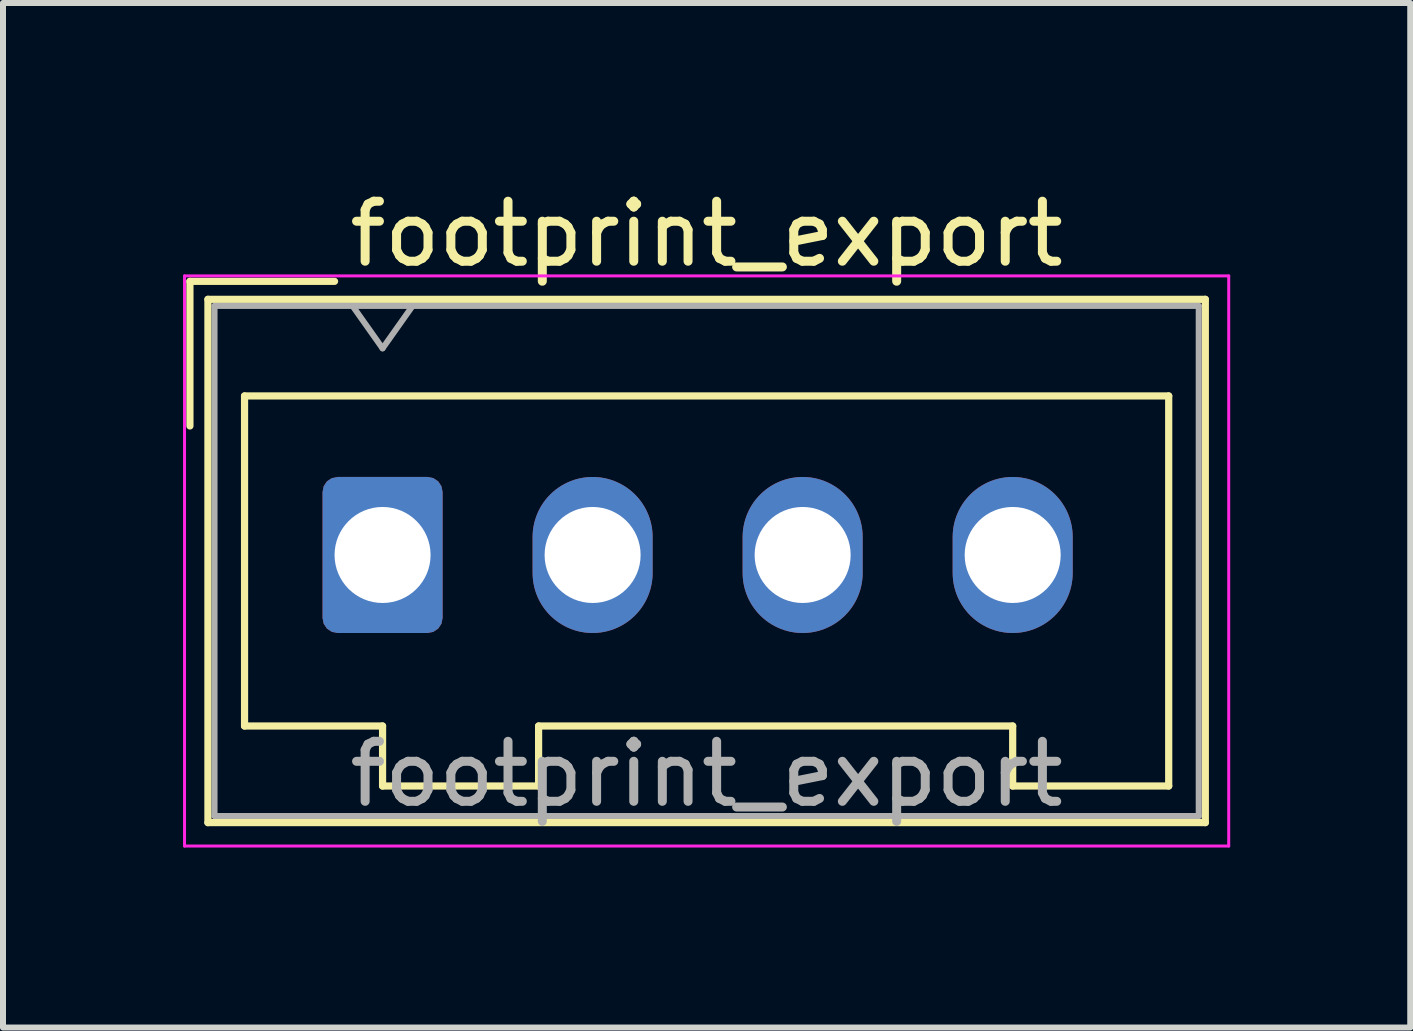
<source format=kicad_pcb>
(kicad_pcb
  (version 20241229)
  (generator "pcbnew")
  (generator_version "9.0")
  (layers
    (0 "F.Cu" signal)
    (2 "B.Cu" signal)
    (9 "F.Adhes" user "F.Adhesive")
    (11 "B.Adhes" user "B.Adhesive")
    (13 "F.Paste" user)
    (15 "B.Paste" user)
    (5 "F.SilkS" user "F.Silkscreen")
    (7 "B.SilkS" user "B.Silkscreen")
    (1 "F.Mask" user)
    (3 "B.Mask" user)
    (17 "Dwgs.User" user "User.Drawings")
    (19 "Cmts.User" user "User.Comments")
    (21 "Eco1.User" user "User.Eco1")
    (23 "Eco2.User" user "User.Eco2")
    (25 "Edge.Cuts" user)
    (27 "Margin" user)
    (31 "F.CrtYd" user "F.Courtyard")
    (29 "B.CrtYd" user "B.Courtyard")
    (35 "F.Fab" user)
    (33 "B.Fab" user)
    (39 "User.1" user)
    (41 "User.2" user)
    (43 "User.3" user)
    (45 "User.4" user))
  (footprint "footprint_export"
    (layer "F.Cu")
    (at 3.325 6.198)
    (property "Reference" "footprint_export" (at 5.4 -5.35 0) (layer "F.SilkS") (effects (font (size 1 1) (thickness 0.15))))
    (attr through_hole)
    (fp_line (start -3.21 -4.56) (end -0.8 -4.56) (stroke (width 0.12) (type solid)) (layer "F.SilkS"))
    (fp_line (start -3.21 -2.15) (end -3.21 -4.56) (stroke (width 0.12) (type solid)) (layer "F.SilkS"))
    (fp_line (start -2.91 -4.26) (end -2.91 4.46) (stroke (width 0.12) (type solid)) (layer "F.SilkS"))
    (fp_line (start -2.91 4.46) (end 13.71 4.46) (stroke (width 0.12) (type solid)) (layer "F.SilkS"))
    (fp_line (start -2.3 -2.65) (end -2.3 2.85) (stroke (width 0.12) (type solid)) (layer "F.SilkS"))
    (fp_line (start -2.3 2.85) (end 0 2.85) (stroke (width 0.12) (type solid)) (layer "F.SilkS"))
    (fp_line (start 0 2.85) (end 0 3.85) (stroke (width 0.12) (type solid)) (layer "F.SilkS"))
    (fp_line (start 0 3.85) (end 2.6 3.85) (stroke (width 0.12) (type solid)) (layer "F.SilkS"))
    (fp_line (start 2.6 2.85) (end 10.5 2.85) (stroke (width 0.12) (type solid)) (layer "F.SilkS"))
    (fp_line (start 2.6 3.85) (end 2.6 2.85) (stroke (width 0.12) (type solid)) (layer "F.SilkS"))
    (fp_line (start 10.5 2.85) (end 10.5 3.85) (stroke (width 0.12) (type solid)) (layer "F.SilkS"))
    (fp_line (start 10.5 3.85) (end 13.1 3.85) (stroke (width 0.12) (type solid)) (layer "F.SilkS"))
    (fp_line (start 13.1 -2.65) (end -2.3 -2.65) (stroke (width 0.12) (type solid)) (layer "F.SilkS"))
    (fp_line (start 13.1 3.85) (end 13.1 -2.65) (stroke (width 0.12) (type solid)) (layer "F.SilkS"))
    (fp_line (start 13.71 -4.26) (end -2.91 -4.26) (stroke (width 0.12) (type solid)) (layer "F.SilkS"))
    (fp_line (start 13.71 4.46) (end 13.71 -4.26) (stroke (width 0.12) (type solid)) (layer "F.SilkS"))
    (fp_line (start -3.3 -4.65) (end -3.3 4.85) (stroke (width 0.05) (type solid)) (layer "F.CrtYd"))
    (fp_line (start -3.3 4.85) (end 14.1 4.85) (stroke (width 0.05) (type solid)) (layer "F.CrtYd"))
    (fp_line (start 14.1 -4.65) (end -3.3 -4.65) (stroke (width 0.05) (type solid)) (layer "F.CrtYd"))
    (fp_line (start 14.1 4.85) (end 14.1 -4.65) (stroke (width 0.05) (type solid)) (layer "F.CrtYd"))
    (fp_line (start -2.8 -4.15) (end -2.8 4.35) (stroke (width 0.1) (type solid)) (layer "F.Fab"))
    (fp_line (start -2.8 4.35) (end 13.6 4.35) (stroke (width 0.1) (type solid)) (layer "F.Fab"))
    (fp_line (start -0.5 -4.15) (end 0 -3.443) (stroke (width 0.1) (type solid)) (layer "F.Fab"))
    (fp_line (start 0 -3.443) (end 0.5 -4.15) (stroke (width 0.1) (type solid)) (layer "F.Fab"))
    (fp_line (start 13.6 -4.15) (end -2.8 -4.15) (stroke (width 0.1) (type solid)) (layer "F.Fab"))
    (fp_line (start 13.6 4.35) (end 13.6 -4.15) (stroke (width 0.1) (type solid)) (layer "F.Fab"))
    (fp_text user "${REFERENCE}" (at 5.4 3.65 0) (layer "F.Fab") (effects (font (size 1 1) (thickness 0.15))))
    (pad "1" thru_hole roundrect (at 0 0) (size 2 2.6) (drill 1.6) (layers "*.Cu" "*.Mask") (roundrect_rratio 0.125))
    (pad "2" thru_hole oval (at 3.5 0) (size 2 2.6) (drill 1.6) (layers "*.Cu" "*.Mask"))
    (pad "3" thru_hole oval (at 7 0) (size 2 2.6) (drill 1.6) (layers "*.Cu" "*.Mask"))
    (pad "4" thru_hole oval (at 10.5 0) (size 2 2.6) (drill 1.6) (layers "*.Cu" "*.Mask")))
  (gr_rect
    (start -3 -3)
    (end 20.45 14.073)
    (stroke (width 0.1) (type default))
    (fill no)
    (layer "Edge.Cuts")))
</source>
